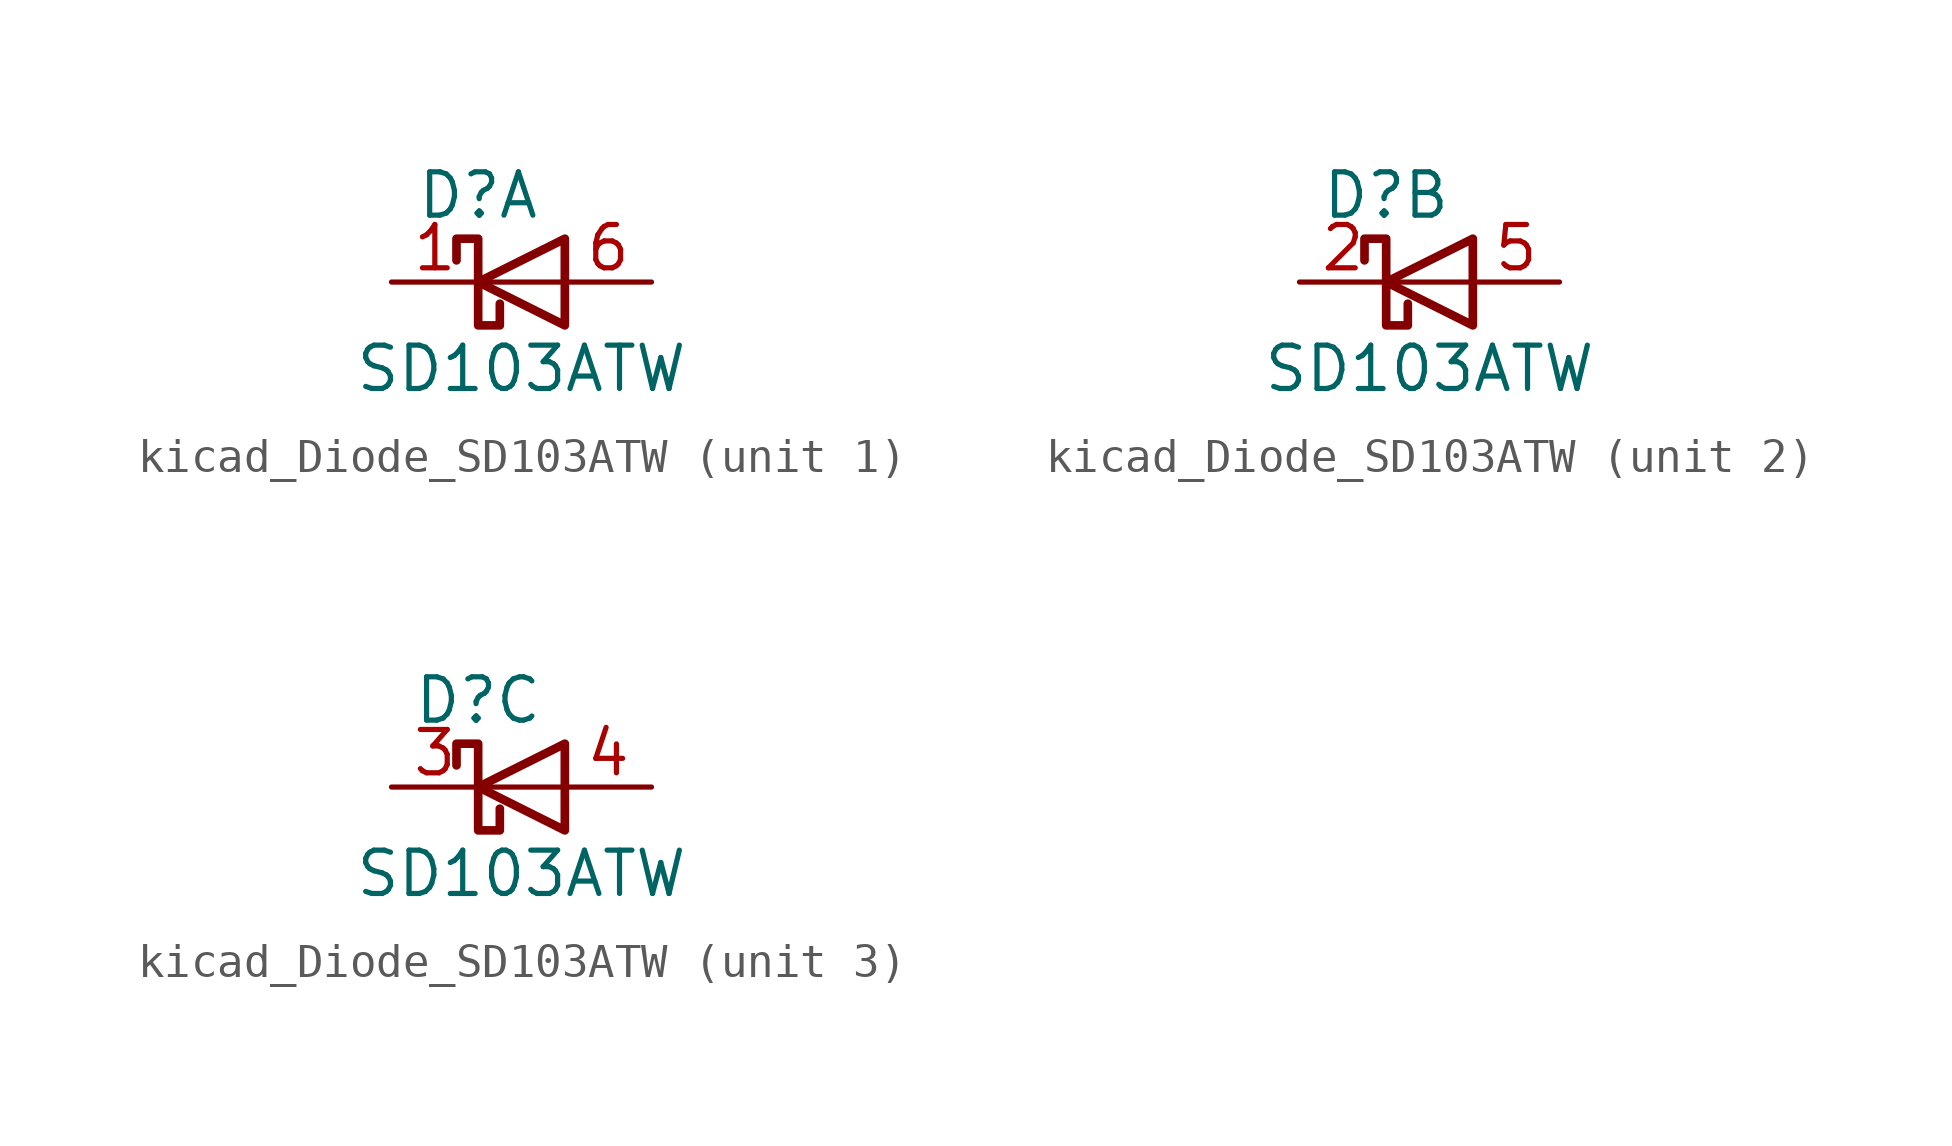
<source format=kicad_sym>
(kicad_symbol_lib
  (version 20220914)
  (generator kicad_symbol_editor)
  (symbol "kicad_Diode_SD103ATW"
    (pin_names hide)
    (property "Reference" "D"
      (at -1.27 2.54 0)
      (effects (font (size 1.27 1.27))))
    (property "Value" "SD103ATW"
      (at 0 -2.54 0)
      (effects (font (size 1.27 1.27))))
    (symbol "kicad_Diode_SD103ATW_0_1"
      (polyline (pts (xy 1.27 0) (xy -1.27 0)) (stroke (width 0) (type default)) (fill (type none)))
      (polyline (pts (xy 1.27 1.27) (xy 1.27 -1.27) (xy -1.27 0) (xy 1.27 1.27)) (stroke (width 0.254) (type default)) (fill (type none)))
      (polyline (pts (xy -1.905 0.635) (xy -1.905 1.27) (xy -1.27 1.27) (xy -1.27 -1.27) (xy -0.635 -1.27) (xy -0.635 -0.635)) (stroke (width 0.254) (type default)) (fill (type none))))
    (symbol "kicad_Diode_SD103ATW_1_1"
      (pin passive line (at -3.81 0 0) (length 2.54) (name "K" (effects (font (size 1.27 1.27)))) (number "1" (effects (font (size 1.27 1.27)))))
      (pin passive line (at 3.81 0 180) (length 2.54) (name "A" (effects (font (size 1.27 1.27)))) (number "6" (effects (font (size 1.27 1.27))))))
    (symbol "kicad_Diode_SD103ATW_2_1"
      (pin passive line (at -3.81 0 0) (length 2.54) (name "K" (effects (font (size 1.27 1.27)))) (number "2" (effects (font (size 1.27 1.27)))))
      (pin passive line (at 3.81 0 180) (length 2.54) (name "A" (effects (font (size 1.27 1.27)))) (number "5" (effects (font (size 1.27 1.27))))))
    (symbol "kicad_Diode_SD103ATW_3_1"
      (pin passive line (at -3.81 0 0) (length 2.54) (name "K" (effects (font (size 1.27 1.27)))) (number "3" (effects (font (size 1.27 1.27)))))
      (pin passive line (at 3.81 0 180) (length 2.54) (name "A" (effects (font (size 1.27 1.27)))) (number "4" (effects (font (size 1.27 1.27))))))))
</source>
